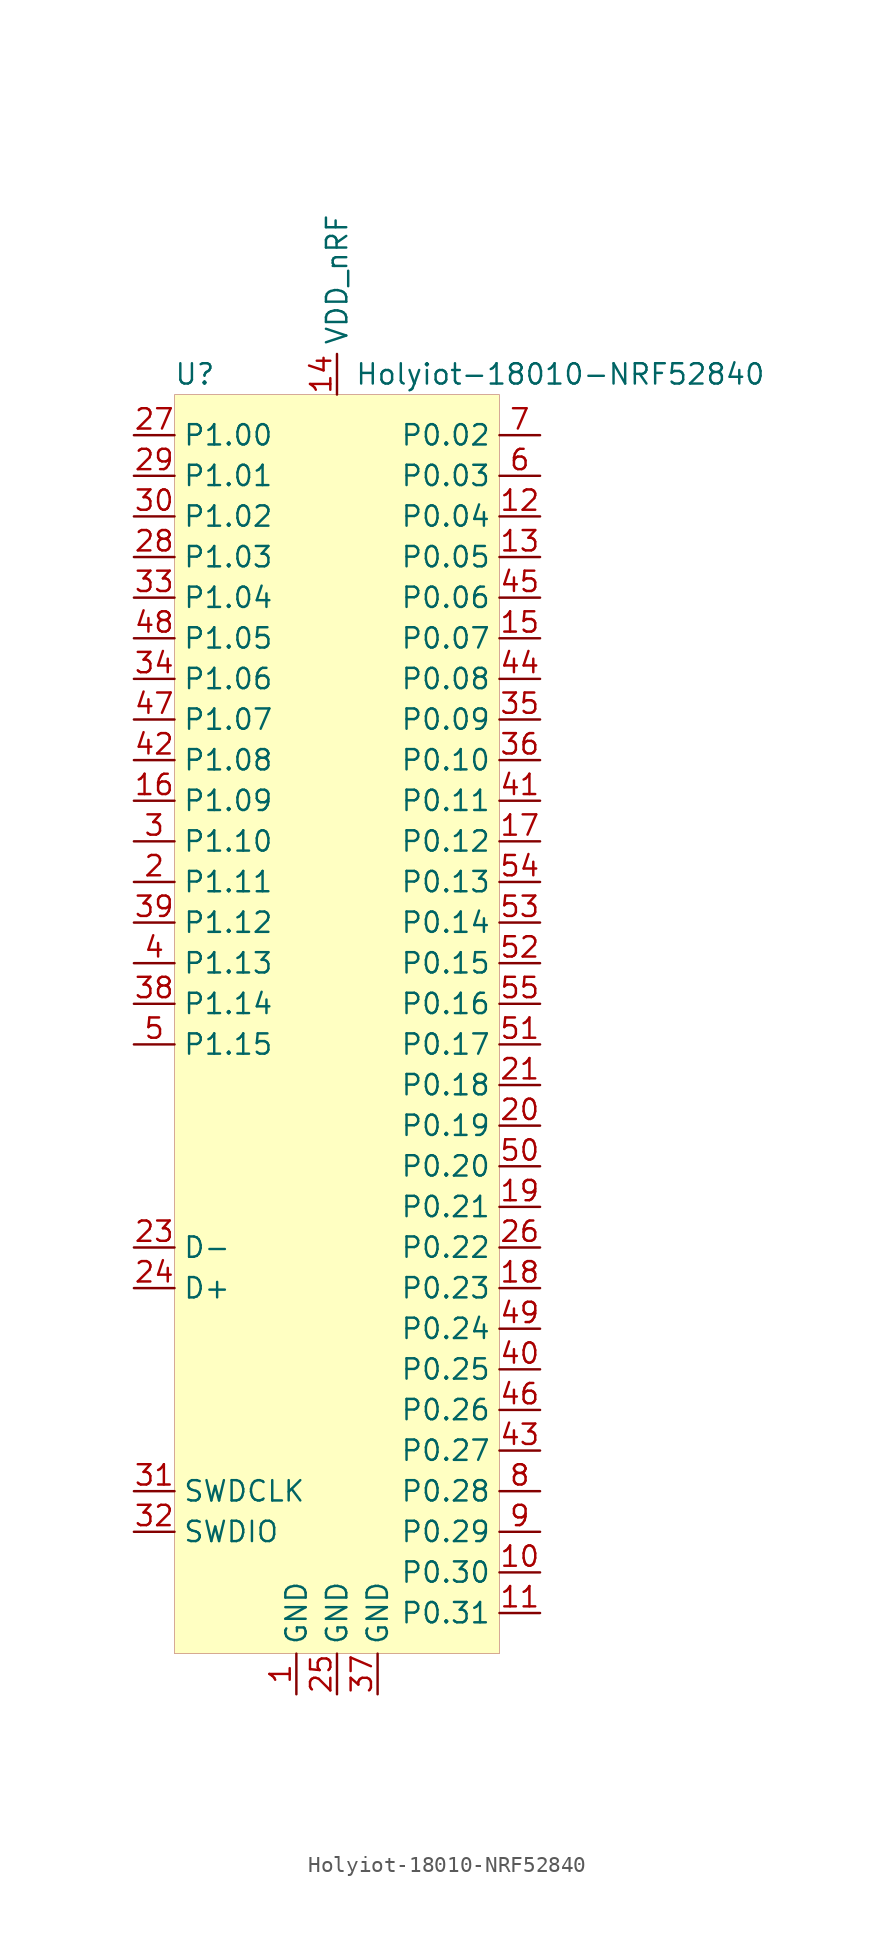
<source format=kicad_sym>
(kicad_symbol_lib
  (version 20201005)
  (generator kicad_symbol_editor)
  (symbol "symbols:Holyiot-18010-NRF52840"
    (property "Reference" "U"
      (at -8.89 40.64 0)
      (effects (font (size 1.27 1.27))))
    (property "Value" "Holyiot-18010-NRF52840"
      (at 13.97 40.64 0)
      (effects (font (size 1.27 1.27))))
    (symbol "Holyiot-18010-NRF52840_0_1"
      (rectangle (start -10.16 39.37) (end 10.16 -39.37) (stroke (width 0.001)) (fill (type background))))
    (symbol "Holyiot-18010-NRF52840_1_1"
      (pin power_in line (at -2.54 -41.91 90) (length 2.54) (name "GND" (effects (font (size 1.27 1.27)))) (number "1" (effects (font (size 1.27 1.27)))))
      (pin bidirectional line (at -12.7 8.89 0) (length 2.54) (name "P1.11" (effects (font (size 1.27 1.27)))) (number "2" (effects (font (size 1.27 1.27)))))
      (pin bidirectional line (at -12.7 11.43 0) (length 2.54) (name "P1.10" (effects (font (size 1.27 1.27)))) (number "3" (effects (font (size 1.27 1.27)))))
      (pin bidirectional line (at -12.7 3.81 0) (length 2.54) (name "P1.13" (effects (font (size 1.27 1.27)))) (number "4" (effects (font (size 1.27 1.27)))))
      (pin bidirectional line (at -12.7 -1.27 0) (length 2.54) (name "P1.15" (effects (font (size 1.27 1.27)))) (number "5" (effects (font (size 1.27 1.27)))))
      (pin bidirectional line (at 12.7 34.29 180) (length 2.54) (name "P0.03" (effects (font (size 1.27 1.27)))) (number "6" (effects (font (size 1.27 1.27)))))
      (pin bidirectional line (at 12.7 36.83 180) (length 2.54) (name "P0.02" (effects (font (size 1.27 1.27)))) (number "7" (effects (font (size 1.27 1.27)))))
      (pin bidirectional line (at 12.7 -29.21 180) (length 2.54) (name "P0.28" (effects (font (size 1.27 1.27)))) (number "8" (effects (font (size 1.27 1.27)))))
      (pin bidirectional line (at 12.7 -31.75 180) (length 2.54) (name "P0.29" (effects (font (size 1.27 1.27)))) (number "9" (effects (font (size 1.27 1.27)))))
      (pin bidirectional line (at 12.7 -34.29 180) (length 2.54) (name "P0.30" (effects (font (size 1.27 1.27)))) (number "10" (effects (font (size 1.27 1.27)))))
      (pin bidirectional line (at 12.7 -36.83 180) (length 2.54) (name "P0.31" (effects (font (size 1.27 1.27)))) (number "11" (effects (font (size 1.27 1.27)))))
      (pin bidirectional line (at 12.7 31.75 180) (length 2.54) (name "P0.04" (effects (font (size 1.27 1.27)))) (number "12" (effects (font (size 1.27 1.27)))))
      (pin bidirectional line (at 12.7 29.21 180) (length 2.54) (name "P0.05" (effects (font (size 1.27 1.27)))) (number "13" (effects (font (size 1.27 1.27)))))
      (pin bidirectional line (at 12.7 24.13 180) (length 2.54) (name "P0.07" (effects (font (size 1.27 1.27)))) (number "15" (effects (font (size 1.27 1.27)))))
      (pin bidirectional line (at -12.7 13.97 0) (length 2.54) (name "P1.09" (effects (font (size 1.27 1.27)))) (number "16" (effects (font (size 1.27 1.27)))))
      (pin bidirectional line (at 12.7 11.43 180) (length 2.54) (name "P0.12" (effects (font (size 1.27 1.27)))) (number "17" (effects (font (size 1.27 1.27)))))
      (pin bidirectional line (at 12.7 -16.51 180) (length 2.54) (name "P0.23" (effects (font (size 1.27 1.27)))) (number "18" (effects (font (size 1.27 1.27)))))
      (pin bidirectional line (at 12.7 -11.43 180) (length 2.54) (name "P0.21" (effects (font (size 1.27 1.27)))) (number "19" (effects (font (size 1.27 1.27)))))
      (pin bidirectional line (at 12.7 -6.35 180) (length 2.54) (name "P0.19" (effects (font (size 1.27 1.27)))) (number "20" (effects (font (size 1.27 1.27)))))
      (pin bidirectional line (at -12.7 -13.97 0) (length 2.54) (name "D-" (effects (font (size 1.27 1.27)))) (number "23" (effects (font (size 1.27 1.27)))))
      (pin bidirectional line (at -12.7 -16.51 0) (length 2.54) (name "D+" (effects (font (size 1.27 1.27)))) (number "24" (effects (font (size 1.27 1.27)))))
      (pin bidirectional line (at 12.7 -13.97 180) (length 2.54) (name "P0.22" (effects (font (size 1.27 1.27)))) (number "26" (effects (font (size 1.27 1.27)))))
      (pin bidirectional line (at -12.7 36.83 0) (length 2.54) (name "P1.00" (effects (font (size 1.27 1.27)))) (number "27" (effects (font (size 1.27 1.27)))))
      (pin bidirectional line (at -12.7 29.21 0) (length 2.54) (name "P1.03" (effects (font (size 1.27 1.27)))) (number "28" (effects (font (size 1.27 1.27)))))
      (pin bidirectional line (at -12.7 34.29 0) (length 2.54) (name "P1.01" (effects (font (size 1.27 1.27)))) (number "29" (effects (font (size 1.27 1.27)))))
      (pin bidirectional line (at -12.7 31.75 0) (length 2.54) (name "P1.02" (effects (font (size 1.27 1.27)))) (number "30" (effects (font (size 1.27 1.27)))))
      (pin bidirectional line (at -12.7 -29.21 0) (length 2.54) (name "SWDCLK" (effects (font (size 1.27 1.27)))) (number "31" (effects (font (size 1.27 1.27)))))
      (pin bidirectional line (at -12.7 -31.75 0) (length 2.54) (name "SWDIO" (effects (font (size 1.27 1.27)))) (number "32" (effects (font (size 1.27 1.27)))))
      (pin bidirectional line (at -12.7 26.67 0) (length 2.54) (name "P1.04" (effects (font (size 1.27 1.27)))) (number "33" (effects (font (size 1.27 1.27)))))
      (pin bidirectional line (at -12.7 21.59 0) (length 2.54) (name "P1.06" (effects (font (size 1.27 1.27)))) (number "34" (effects (font (size 1.27 1.27)))))
      (pin bidirectional line (at 12.7 19.05 180) (length 2.54) (name "P0.09" (effects (font (size 1.27 1.27)))) (number "35" (effects (font (size 1.27 1.27)))))
      (pin bidirectional line (at 12.7 16.51 180) (length 2.54) (name "P0.10" (effects (font (size 1.27 1.27)))) (number "36" (effects (font (size 1.27 1.27)))))
      (pin bidirectional line (at -12.7 1.27 0) (length 2.54) (name "P1.14" (effects (font (size 1.27 1.27)))) (number "38" (effects (font (size 1.27 1.27)))))
      (pin bidirectional line (at -12.7 6.35 0) (length 2.54) (name "P1.12" (effects (font (size 1.27 1.27)))) (number "39" (effects (font (size 1.27 1.27)))))
      (pin bidirectional line (at 12.7 -21.59 180) (length 2.54) (name "P0.25" (effects (font (size 1.27 1.27)))) (number "40" (effects (font (size 1.27 1.27)))))
      (pin bidirectional line (at 12.7 13.97 180) (length 2.54) (name "P0.11" (effects (font (size 1.27 1.27)))) (number "41" (effects (font (size 1.27 1.27)))))
      (pin bidirectional line (at -12.7 16.51 0) (length 2.54) (name "P1.08" (effects (font (size 1.27 1.27)))) (number "42" (effects (font (size 1.27 1.27)))))
      (pin bidirectional line (at 12.7 -26.67 180) (length 2.54) (name "P0.27" (effects (font (size 1.27 1.27)))) (number "43" (effects (font (size 1.27 1.27)))))
      (pin bidirectional line (at 12.7 21.59 180) (length 2.54) (name "P0.08" (effects (font (size 1.27 1.27)))) (number "44" (effects (font (size 1.27 1.27)))))
      (pin bidirectional line (at 12.7 26.67 180) (length 2.54) (name "P0.06" (effects (font (size 1.27 1.27)))) (number "45" (effects (font (size 1.27 1.27)))))
      (pin bidirectional line (at 12.7 -24.13 180) (length 2.54) (name "P0.26" (effects (font (size 1.27 1.27)))) (number "46" (effects (font (size 1.27 1.27)))))
      (pin bidirectional line (at -12.7 19.05 0) (length 2.54) (name "P1.07" (effects (font (size 1.27 1.27)))) (number "47" (effects (font (size 1.27 1.27)))))
      (pin bidirectional line (at -12.7 24.13 0) (length 2.54) (name "P1.05" (effects (font (size 1.27 1.27)))) (number "48" (effects (font (size 1.27 1.27)))))
      (pin bidirectional line (at 12.7 -19.05 180) (length 2.54) (name "P0.24" (effects (font (size 1.27 1.27)))) (number "49" (effects (font (size 1.27 1.27)))))
      (pin bidirectional line (at 12.7 -8.89 180) (length 2.54) (name "P0.20" (effects (font (size 1.27 1.27)))) (number "50" (effects (font (size 1.27 1.27)))))
      (pin bidirectional line (at 12.7 -1.27 180) (length 2.54) (name "P0.17" (effects (font (size 1.27 1.27)))) (number "51" (effects (font (size 1.27 1.27)))))
      (pin bidirectional line (at 12.7 3.81 180) (length 2.54) (name "P0.15" (effects (font (size 1.27 1.27)))) (number "52" (effects (font (size 1.27 1.27)))))
      (pin bidirectional line (at 12.7 6.35 180) (length 2.54) (name "P0.14" (effects (font (size 1.27 1.27)))) (number "53" (effects (font (size 1.27 1.27)))))
      (pin bidirectional line (at 12.7 8.89 180) (length 2.54) (name "P0.13" (effects (font (size 1.27 1.27)))) (number "54" (effects (font (size 1.27 1.27)))))
      (pin bidirectional line (at 12.7 1.27 180) (length 2.54) (name "P0.16" (effects (font (size 1.27 1.27)))) (number "55" (effects (font (size 1.27 1.27)))))
      (pin power_in line (at 0 39.37 90) (length 2.54) (name "VDD_nRF" (effects (font (size 1.27 1.27)))) (number "14" (effects (font (size 1.27 1.27)))))
      (pin power_in line (at 0 -41.91 90) (length 2.54) (name "GND" (effects (font (size 1.27 1.27)))) (number "25" (effects (font (size 1.27 1.27)))))
      (pin power_in line (at 2.54 -41.91 90) (length 2.54) (name "GND" (effects (font (size 1.27 1.27)))) (number "37" (effects (font (size 1.27 1.27)))))
      (pin bidirectional line (at 12.7 -3.81 180) (length 2.54) (name "P0.18" (effects (font (size 1.27 1.27)))) (number "21" (effects (font (size 1.27 1.27))))))))
</source>
